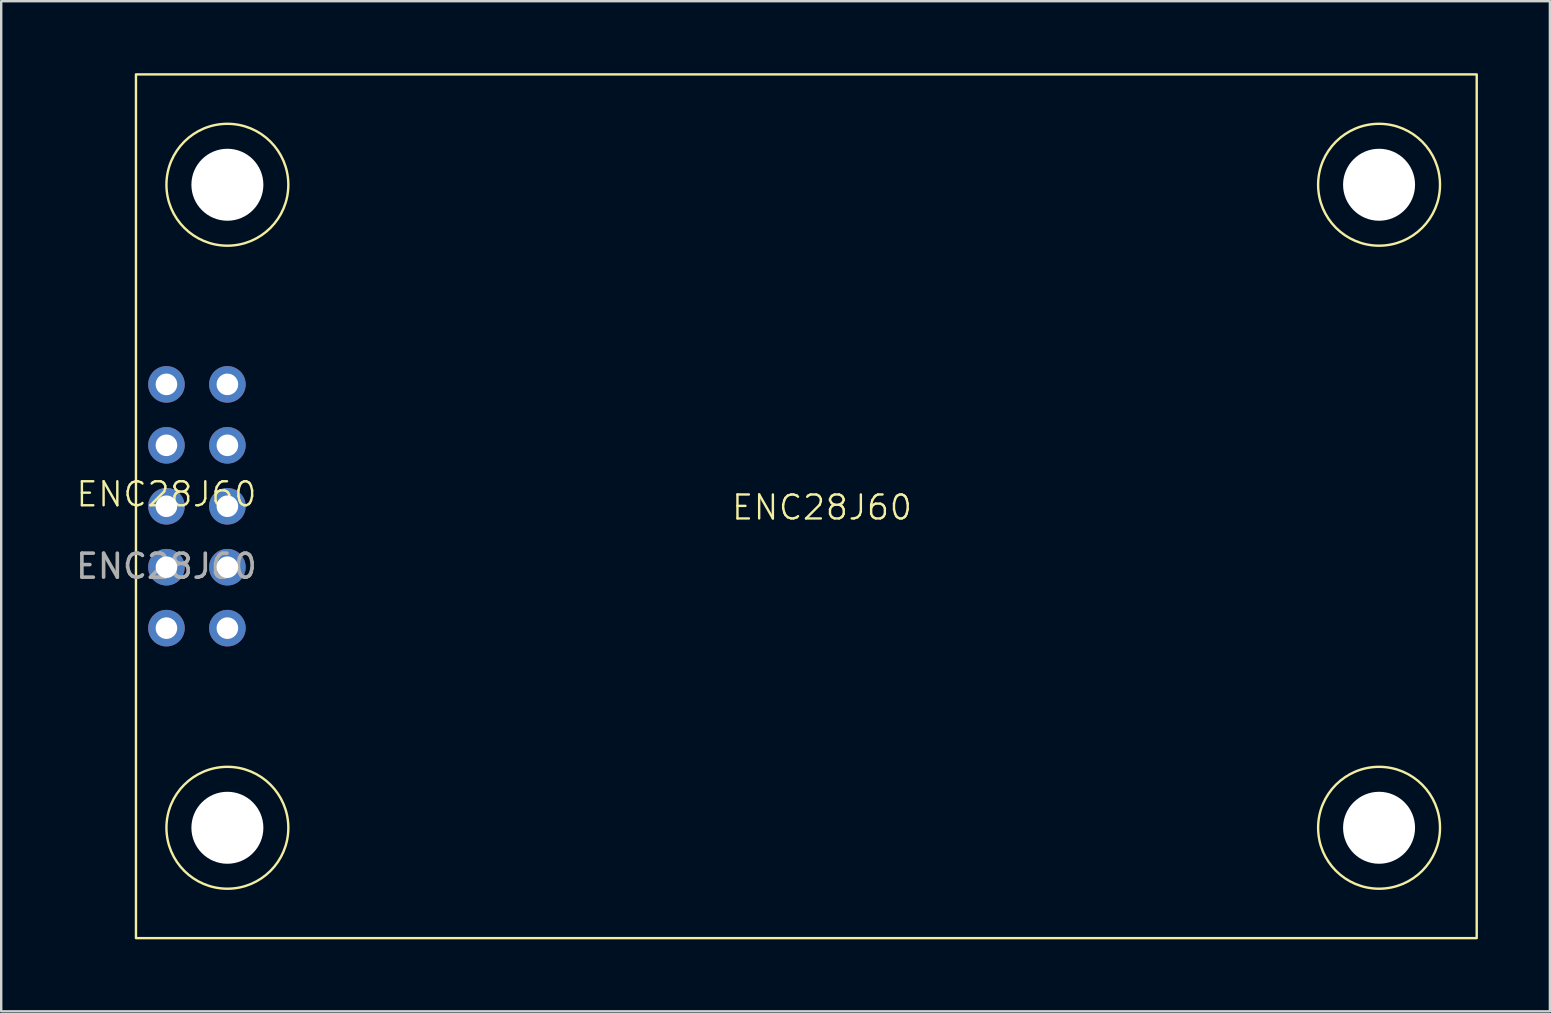
<source format=kicad_pcb>
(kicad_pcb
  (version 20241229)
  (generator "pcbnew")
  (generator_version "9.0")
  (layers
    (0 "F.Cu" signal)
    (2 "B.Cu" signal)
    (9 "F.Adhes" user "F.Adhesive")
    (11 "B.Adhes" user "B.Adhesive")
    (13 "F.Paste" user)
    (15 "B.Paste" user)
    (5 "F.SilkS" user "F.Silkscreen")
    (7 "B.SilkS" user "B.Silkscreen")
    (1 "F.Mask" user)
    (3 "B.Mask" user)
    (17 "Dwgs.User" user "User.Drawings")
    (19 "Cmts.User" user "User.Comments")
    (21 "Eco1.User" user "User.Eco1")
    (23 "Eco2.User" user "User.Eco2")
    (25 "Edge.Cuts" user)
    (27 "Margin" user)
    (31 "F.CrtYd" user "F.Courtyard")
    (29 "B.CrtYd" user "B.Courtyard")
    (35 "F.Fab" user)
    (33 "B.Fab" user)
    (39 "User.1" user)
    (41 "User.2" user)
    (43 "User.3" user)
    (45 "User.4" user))
  (footprint "ENC28J60"
    (layer "F.Cu")
    (at 3.887 18.05)
    (property "Reference" "ENC28J60" (at 0 -0.5 0) (unlocked yes) (layer "F.SilkS") (effects (font (size 1 1) (thickness 0.1))))
    (attr through_hole)
    (fp_rect (start -1.27 -18) (end 54.61 18) (stroke (width 0.1) (type default)) (fill no) (layer "F.SilkS"))
    (fp_circle (center 2.54 -13.4) (end 5.08 -13.4) (stroke (width 0.1) (type default)) (fill no) (layer "F.SilkS"))
    (fp_circle (center 2.54 13.4) (end 5.08 13.4) (stroke (width 0.1) (type default)) (fill no) (layer "F.SilkS"))
    (fp_circle (center 50.54 -13.4) (end 53.08 -13.4) (stroke (width 0.1) (type default)) (fill no) (layer "F.SilkS"))
    (fp_circle (center 50.54 13.4) (end 53.08 13.4) (stroke (width 0.1) (type default)) (fill no) (layer "F.SilkS"))
    (fp_text user "ENC28J60" (at 23.495 0.635 0) (unlocked yes) (layer "F.SilkS") (effects (font (size 1 1) (thickness 0.1)) (justify left bottom)))
    (fp_text user "${REFERENCE}" (at 0 2.5 0) (unlocked yes) (layer "F.Fab") (effects (font (size 1 1) (thickness 0.15))))
    (pad "" np_thru_hole circle (at 2.54 -13.4) (size 3 3) (drill 3) (layers "*.Cu" "*.Mask"))
    (pad "" np_thru_hole circle (at 2.54 13.4) (size 3 3) (drill 3) (layers "*.Cu" "*.Mask"))
    (pad "" np_thru_hole circle (at 50.54 -13.4) (size 3 3) (drill 3) (layers "*.Cu" "*.Mask"))
    (pad "" np_thru_hole circle (at 50.54 13.4) (size 3 3) (drill 3) (layers "*.Cu" "*.Mask"))
    (pad "1" thru_hole circle (at 0 -5.08) (size 1.524 1.524) (drill 0.9) (layers "*.Cu" "*.Mask"))
    (pad "2" thru_hole circle (at 0 -2.54) (size 1.524 1.524) (drill 0.9) (layers "*.Cu" "*.Mask"))
    (pad "3" thru_hole circle (at 0 0) (size 1.524 1.524) (drill 0.9) (layers "*.Cu" "*.Mask"))
    (pad "4" thru_hole circle (at 0 2.54) (size 1.524 1.524) (drill 0.9) (layers "*.Cu" "*.Mask"))
    (pad "5" thru_hole circle (at 0 5.08) (size 1.524 1.524) (drill 0.9) (layers "*.Cu" "*.Mask"))
    (pad "6" thru_hole circle (at 2.54 -5.08) (size 1.524 1.524) (drill 0.9) (layers "*.Cu" "*.Mask"))
    (pad "7" thru_hole circle (at 2.54 -2.54) (size 1.524 1.524) (drill 0.9) (layers "*.Cu" "*.Mask"))
    (pad "8" thru_hole circle (at 2.54 0) (size 1.524 1.524) (drill 0.9) (layers "*.Cu" "*.Mask"))
    (pad "9" thru_hole circle (at 2.54 2.54) (size 1.524 1.524) (drill 0.9) (layers "*.Cu" "*.Mask"))
    (pad "10" thru_hole circle (at 2.54 5.08) (size 1.524 1.524) (drill 0.9) (layers "*.Cu" "*.Mask")))
  (gr_rect
    (start -3 -3)
    (end 61.547 39.1)
    (stroke (width 0.1) (type default))
    (fill no)
    (layer "Edge.Cuts")))
</source>
